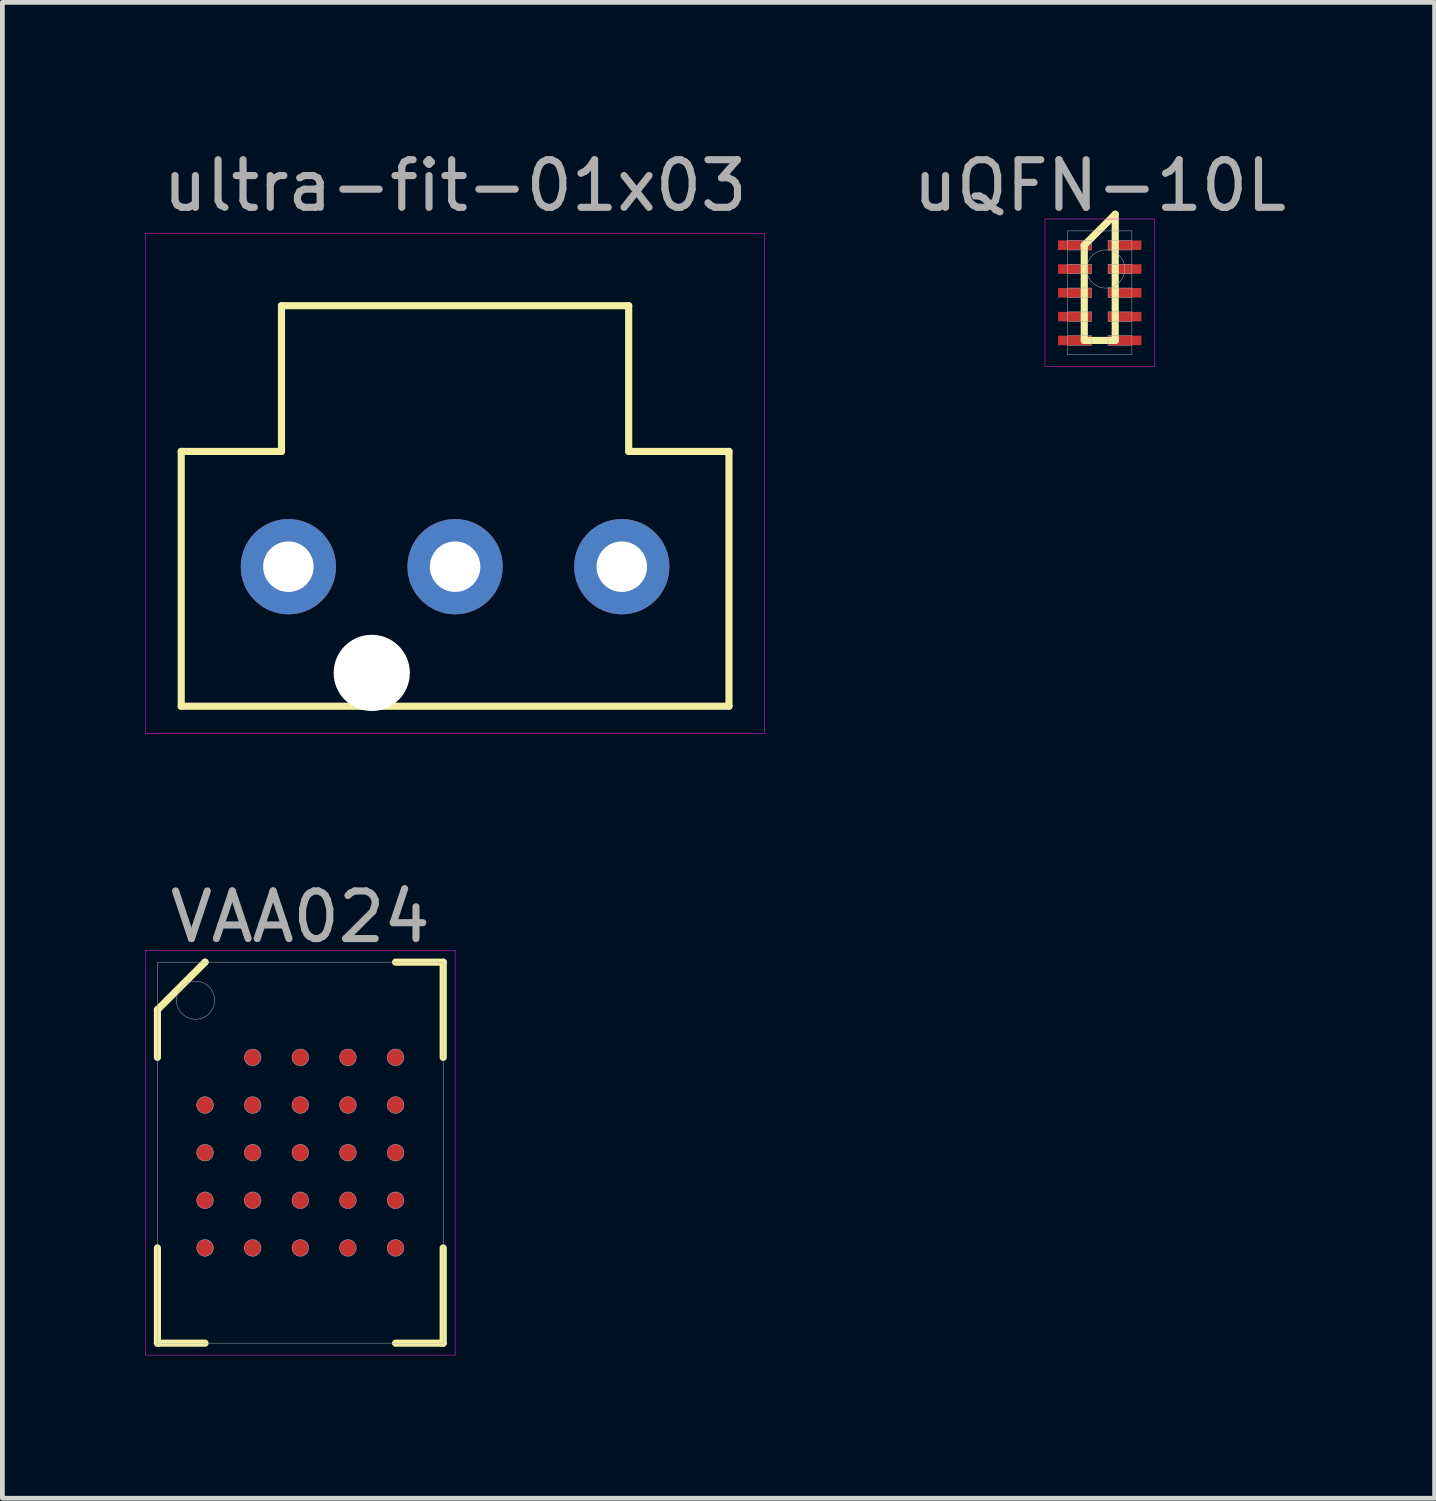
<source format=kicad_pcb>
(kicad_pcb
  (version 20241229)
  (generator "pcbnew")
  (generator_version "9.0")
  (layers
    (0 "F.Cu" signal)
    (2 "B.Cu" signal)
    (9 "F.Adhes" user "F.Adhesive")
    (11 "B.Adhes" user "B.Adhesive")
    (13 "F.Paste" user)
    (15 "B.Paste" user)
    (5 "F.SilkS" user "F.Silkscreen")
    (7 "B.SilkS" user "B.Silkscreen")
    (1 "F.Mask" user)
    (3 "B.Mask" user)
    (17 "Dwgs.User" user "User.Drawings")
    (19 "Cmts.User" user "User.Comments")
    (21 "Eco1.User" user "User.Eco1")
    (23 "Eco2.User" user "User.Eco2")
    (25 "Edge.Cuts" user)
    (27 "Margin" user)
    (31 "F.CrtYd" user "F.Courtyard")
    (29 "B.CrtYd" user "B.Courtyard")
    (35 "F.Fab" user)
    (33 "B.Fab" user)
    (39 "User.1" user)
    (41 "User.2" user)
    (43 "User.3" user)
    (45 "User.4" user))
  (footprint "uQFN-10L"
    (layer "F.Cu")
    (at 20.04 3.098)
    (property "Reference" "uQFN-10L" (at 0 -2.25 0) (layer "F.Fab") (effects (font (size 1 1) (thickness 0.15))))
    (attr through_hole)
    (fp_line (start -0.325 -1) (end -0.325 -1) (stroke (width 0.15) (type solid)) (layer "F.SilkS"))
    (fp_line (start -0.325 -1) (end -0.325 1) (stroke (width 0.15) (type solid)) (layer "F.SilkS"))
    (fp_line (start -0.325 1) (end 0.325 1) (stroke (width 0.15) (type solid)) (layer "F.SilkS"))
    (fp_line (start 0.325 -1.65) (end -0.325 -1) (stroke (width 0.15) (type solid)) (layer "F.SilkS"))
    (fp_line (start 0.325 1) (end 0.325 -1.65) (stroke (width 0.15) (type solid)) (layer "F.SilkS"))
    (fp_line (start -1.15 -1.55) (end 1.15 -1.55) (stroke (width 0.01) (type solid)) (layer "F.CrtYd"))
    (fp_line (start -1.15 1.55) (end -1.15 -1.55) (stroke (width 0.01) (type solid)) (layer "F.CrtYd"))
    (fp_line (start 1.15 -1.55) (end 1.15 1.55) (stroke (width 0.01) (type solid)) (layer "F.CrtYd"))
    (fp_line (start 1.15 1.55) (end -1.15 1.55) (stroke (width 0.01) (type solid)) (layer "F.CrtYd"))
    (fp_line (start -0.675 -1.3) (end 0.675 -1.3) (stroke (width 0.01) (type solid)) (layer "F.Fab"))
    (fp_line (start -0.675 -0.9) (end -0.175 -0.9) (stroke (width 0.01) (type solid)) (layer "F.Fab"))
    (fp_line (start -0.675 -0.4) (end -0.175 -0.4) (stroke (width 0.01) (type solid)) (layer "F.Fab"))
    (fp_line (start -0.675 0.1) (end -0.175 0.1) (stroke (width 0.01) (type solid)) (layer "F.Fab"))
    (fp_line (start -0.675 0.6) (end -0.175 0.6) (stroke (width 0.01) (type solid)) (layer "F.Fab"))
    (fp_line (start -0.675 1.1) (end -0.175 1.1) (stroke (width 0.01) (type solid)) (layer "F.Fab"))
    (fp_line (start -0.675 1.3) (end -0.675 -1.3) (stroke (width 0.01) (type solid)) (layer "F.Fab"))
    (fp_line (start -0.175 -1.1) (end -0.675 -1.1) (stroke (width 0.01) (type solid)) (layer "F.Fab"))
    (fp_line (start -0.175 -0.9) (end -0.175 -1.1) (stroke (width 0.01) (type solid)) (layer "F.Fab"))
    (fp_line (start -0.175 -0.6) (end -0.675 -0.6) (stroke (width 0.01) (type solid)) (layer "F.Fab"))
    (fp_line (start -0.175 -0.4) (end -0.175 -0.6) (stroke (width 0.01) (type solid)) (layer "F.Fab"))
    (fp_line (start -0.175 -0.1) (end -0.675 -0.1) (stroke (width 0.01) (type solid)) (layer "F.Fab"))
    (fp_line (start -0.175 0.1) (end -0.175 -0.1) (stroke (width 0.01) (type solid)) (layer "F.Fab"))
    (fp_line (start -0.175 0.4) (end -0.675 0.4) (stroke (width 0.01) (type solid)) (layer "F.Fab"))
    (fp_line (start -0.175 0.6) (end -0.175 0.4) (stroke (width 0.01) (type solid)) (layer "F.Fab"))
    (fp_line (start -0.175 0.9) (end -0.675 0.9) (stroke (width 0.01) (type solid)) (layer "F.Fab"))
    (fp_line (start -0.175 1.1) (end -0.175 0.9) (stroke (width 0.01) (type solid)) (layer "F.Fab"))
    (fp_line (start 0.175 -1.1) (end 0.175 -0.9) (stroke (width 0.01) (type solid)) (layer "F.Fab"))
    (fp_line (start 0.175 -0.9) (end 0.675 -0.9) (stroke (width 0.01) (type solid)) (layer "F.Fab"))
    (fp_line (start 0.175 -0.6) (end 0.175 -0.4) (stroke (width 0.01) (type solid)) (layer "F.Fab"))
    (fp_line (start 0.175 -0.4) (end 0.675 -0.4) (stroke (width 0.01) (type solid)) (layer "F.Fab"))
    (fp_line (start 0.175 -0.1) (end 0.175 0.1) (stroke (width 0.01) (type solid)) (layer "F.Fab"))
    (fp_line (start 0.175 0.1) (end 0.675 0.1) (stroke (width 0.01) (type solid)) (layer "F.Fab"))
    (fp_line (start 0.175 0.4) (end 0.175 0.6) (stroke (width 0.01) (type solid)) (layer "F.Fab"))
    (fp_line (start 0.175 0.6) (end 0.675 0.6) (stroke (width 0.01) (type solid)) (layer "F.Fab"))
    (fp_line (start 0.175 0.9) (end 0.175 1.1) (stroke (width 0.01) (type solid)) (layer "F.Fab"))
    (fp_line (start 0.175 1.1) (end 0.675 1.1) (stroke (width 0.01) (type solid)) (layer "F.Fab"))
    (fp_line (start 0.675 -1.3) (end 0.675 1.3) (stroke (width 0.01) (type solid)) (layer "F.Fab"))
    (fp_line (start 0.675 -1.1) (end 0.175 -1.1) (stroke (width 0.01) (type solid)) (layer "F.Fab"))
    (fp_line (start 0.675 -0.6) (end 0.175 -0.6) (stroke (width 0.01) (type solid)) (layer "F.Fab"))
    (fp_line (start 0.675 -0.1) (end 0.175 -0.1) (stroke (width 0.01) (type solid)) (layer "F.Fab"))
    (fp_line (start 0.675 0.4) (end 0.175 0.4) (stroke (width 0.01) (type solid)) (layer "F.Fab"))
    (fp_line (start 0.675 0.9) (end 0.175 0.9) (stroke (width 0.01) (type solid)) (layer "F.Fab"))
    (fp_line (start 0.675 1.3) (end -0.675 1.3) (stroke (width 0.01) (type solid)) (layer "F.Fab"))
    (fp_circle (center 0.125 -0.5) (end 0.125 -0.1) (stroke (width 0.01) (type solid)) (fill no) (layer "F.Fab"))
    (pad "1" smd rect (at -0.525 -1) (size 0.7 0.2) (layers "F.Cu" "F.Mask" "F.Paste"))
    (pad "2" smd rect (at -0.525 -0.5) (size 0.7 0.2) (layers "F.Cu" "F.Mask" "F.Paste"))
    (pad "3" smd rect (at -0.525 0) (size 0.7 0.2) (layers "F.Cu" "F.Mask" "F.Paste"))
    (pad "4" smd rect (at -0.525 0.5) (size 0.7 0.2) (layers "F.Cu" "F.Mask" "F.Paste"))
    (pad "5" smd rect (at -0.525 1) (size 0.7 0.2) (layers "F.Cu" "F.Mask" "F.Paste"))
    (pad "6" smd rect (at 0.525 1) (size 0.7 0.2) (layers "F.Cu" "F.Mask" "F.Paste"))
    (pad "7" smd rect (at 0.525 0.5) (size 0.7 0.2) (layers "F.Cu" "F.Mask" "F.Paste"))
    (pad "8" smd rect (at 0.525 0) (size 0.7 0.2) (layers "F.Cu" "F.Mask" "F.Paste"))
    (pad "9" smd rect (at 0.525 -0.5) (size 0.7 0.2) (layers "F.Cu" "F.Mask" "F.Paste"))
    (pad "10" smd rect (at 0.525 -1) (size 0.7 0.2) (layers "F.Cu" "F.Mask" "F.Paste")))
  (footprint "ultra-fit-01x03"
    (layer "F.Cu")
    (at 6.505 8.848)
    (property "Reference" "ultra-fit-01x03" (at 0 -8 0) (layer "F.Fab") (effects (font (size 1 1) (thickness 0.15))))
    (attr through_hole)
    (fp_line (start -5.75 -2.42) (end -5.75 2.93) (stroke (width 0.15) (type solid)) (layer "F.SilkS"))
    (fp_line (start -5.75 2.93) (end 5.75 2.93) (stroke (width 0.15) (type solid)) (layer "F.SilkS"))
    (fp_line (start -3.645 -5.48) (end -3.645 -2.42) (stroke (width 0.15) (type solid)) (layer "F.SilkS"))
    (fp_line (start -3.645 -2.42) (end -5.75 -2.42) (stroke (width 0.15) (type solid)) (layer "F.SilkS"))
    (fp_line (start 3.645 -5.48) (end -3.645 -5.48) (stroke (width 0.15) (type solid)) (layer "F.SilkS"))
    (fp_line (start 3.645 -2.42) (end 3.645 -5.48) (stroke (width 0.15) (type solid)) (layer "F.SilkS"))
    (fp_line (start 5.75 -2.42) (end 3.645 -2.42) (stroke (width 0.15) (type solid)) (layer "F.SilkS"))
    (fp_line (start 5.75 2.93) (end 5.75 -2.42) (stroke (width 0.15) (type solid)) (layer "F.SilkS"))
    (fp_line (start -6.5 -7) (end -6.5 3.5) (stroke (width 0.01) (type solid)) (layer "F.CrtYd"))
    (fp_line (start -6.5 3.5) (end 6.5 3.5) (stroke (width 0.01) (type solid)) (layer "F.CrtYd"))
    (fp_line (start 6.5 -7) (end -6.5 -7) (stroke (width 0.01) (type solid)) (layer "F.CrtYd"))
    (fp_line (start 6.5 3.5) (end 6.5 -7) (stroke (width 0.01) (type solid)) (layer "F.CrtYd"))
    (pad "" np_thru_hole circle (at -1.75 2.23) (size 1.6 1.6) (drill 1.6) (layers "*.Cu" "*.Mask"))
    (pad "1" thru_hole circle (at -3.5 0) (size 2 2) (drill 1.06) (layers "*.Cu" "*.Mask"))
    (pad "2" thru_hole circle (at 0 0) (size 2 2) (drill 1.06) (layers "*.Cu" "*.Mask"))
    (pad "3" thru_hole circle (at 3.5 0) (size 2 2) (drill 1.06) (layers "*.Cu" "*.Mask")))
  (footprint "VAA024"
    (layer "F.Cu")
    (at 3.255 21.151)
    (property "Reference" "VAA024" (at 0 -4.95 0) (layer "F.Fab") (effects (font (size 1 1) (thickness 0.15))))
    (attr through_hole)
    (fp_line (start -3 -3) (end -2 -4) (stroke (width 0.15) (type solid)) (layer "F.SilkS"))
    (fp_line (start -3 -2) (end -3 -3) (stroke (width 0.15) (type solid)) (layer "F.SilkS"))
    (fp_line (start -3 4) (end -3 2) (stroke (width 0.15) (type solid)) (layer "F.SilkS"))
    (fp_line (start -2 -4) (end -2 -4) (stroke (width 0.15) (type solid)) (layer "F.SilkS"))
    (fp_line (start -2 4) (end -3 4) (stroke (width 0.15) (type solid)) (layer "F.SilkS"))
    (fp_line (start 2 -4) (end 3 -4) (stroke (width 0.15) (type solid)) (layer "F.SilkS"))
    (fp_line (start 2 4) (end 3 4) (stroke (width 0.15) (type solid)) (layer "F.SilkS"))
    (fp_line (start 3 -4) (end 3 -2) (stroke (width 0.15) (type solid)) (layer "F.SilkS"))
    (fp_line (start 3 4) (end 3 2) (stroke (width 0.15) (type solid)) (layer "F.SilkS"))
    (fp_line (start -3.25 -4.25) (end 3.25 -4.25) (stroke (width 0.01) (type solid)) (layer "F.CrtYd"))
    (fp_line (start -3.25 4.25) (end -3.25 -4.25) (stroke (width 0.01) (type solid)) (layer "F.CrtYd"))
    (fp_line (start 3.25 -4.25) (end 3.25 4.25) (stroke (width 0.01) (type solid)) (layer "F.CrtYd"))
    (fp_line (start 3.25 4.25) (end -3.25 4.25) (stroke (width 0.01) (type solid)) (layer "F.CrtYd"))
    (fp_line (start -3 -4) (end 3 -4) (stroke (width 0.01) (type solid)) (layer "F.Fab"))
    (fp_line (start -3 4) (end -3 -4) (stroke (width 0.01) (type solid)) (layer "F.Fab"))
    (fp_line (start 3 -4) (end 3 4) (stroke (width 0.01) (type solid)) (layer "F.Fab"))
    (fp_line (start 3 4) (end -3 4) (stroke (width 0.01) (type solid)) (layer "F.Fab"))
    (fp_circle (center -2.2 -3.2) (end -2.2 -2.8) (stroke (width 0.01) (type solid)) (fill no) (layer "F.Fab"))
    (fp_circle (center -2 -1) (end -2 -0.825) (stroke (width 0.01) (type solid)) (fill no) (layer "F.Fab"))
    (fp_circle (center -2 0) (end -2 0.175) (stroke (width 0.01) (type solid)) (fill no) (layer "F.Fab"))
    (fp_circle (center -2 1) (end -2 1.175) (stroke (width 0.01) (type solid)) (fill no) (layer "F.Fab"))
    (fp_circle (center -2 2) (end -2 2.175) (stroke (width 0.01) (type solid)) (fill no) (layer "F.Fab"))
    (fp_circle (center -1 -2) (end -1 -1.825) (stroke (width 0.01) (type solid)) (fill no) (layer "F.Fab"))
    (fp_circle (center -1 -1) (end -1 -0.825) (stroke (width 0.01) (type solid)) (fill no) (layer "F.Fab"))
    (fp_circle (center -1 0) (end -1 0.175) (stroke (width 0.01) (type solid)) (fill no) (layer "F.Fab"))
    (fp_circle (center -1 1) (end -1 1.175) (stroke (width 0.01) (type solid)) (fill no) (layer "F.Fab"))
    (fp_circle (center -1 2) (end -1 2.175) (stroke (width 0.01) (type solid)) (fill no) (layer "F.Fab"))
    (fp_circle (center 0 -2) (end 0 -1.825) (stroke (width 0.01) (type solid)) (fill no) (layer "F.Fab"))
    (fp_circle (center 0 -1) (end 0 -0.825) (stroke (width 0.01) (type solid)) (fill no) (layer "F.Fab"))
    (fp_circle (center 0 0) (end 0 0.175) (stroke (width 0.01) (type solid)) (fill no) (layer "F.Fab"))
    (fp_circle (center 0 1) (end 0 1.175) (stroke (width 0.01) (type solid)) (fill no) (layer "F.Fab"))
    (fp_circle (center 0 2) (end 0 2.175) (stroke (width 0.01) (type solid)) (fill no) (layer "F.Fab"))
    (fp_circle (center 1 -2) (end 1 -1.825) (stroke (width 0.01) (type solid)) (fill no) (layer "F.Fab"))
    (fp_circle (center 1 -1) (end 1 -0.825) (stroke (width 0.01) (type solid)) (fill no) (layer "F.Fab"))
    (fp_circle (center 1 0) (end 1 0.175) (stroke (width 0.01) (type solid)) (fill no) (layer "F.Fab"))
    (fp_circle (center 1 1) (end 1 1.175) (stroke (width 0.01) (type solid)) (fill no) (layer "F.Fab"))
    (fp_circle (center 1 2) (end 1 2.175) (stroke (width 0.01) (type solid)) (fill no) (layer "F.Fab"))
    (fp_circle (center 2 -2) (end 2 -1.825) (stroke (width 0.01) (type solid)) (fill no) (layer "F.Fab"))
    (fp_circle (center 2 -1) (end 2 -0.825) (stroke (width 0.01) (type solid)) (fill no) (layer "F.Fab"))
    (fp_circle (center 2 0) (end 2 0.175) (stroke (width 0.01) (type solid)) (fill no) (layer "F.Fab"))
    (fp_circle (center 2 1) (end 2 1.175) (stroke (width 0.01) (type solid)) (fill no) (layer "F.Fab"))
    (fp_circle (center 2 2) (end 2 2.175) (stroke (width 0.01) (type solid)) (fill no) (layer "F.Fab"))
    (pad "A2" smd circle (at -1 -2) (size 0.35 0.35) (layers "F.Cu" "F.Mask" "F.Paste"))
    (pad "A3" smd circle (at 0 -2) (size 0.35 0.35) (layers "F.Cu" "F.Mask" "F.Paste"))
    (pad "A4" smd circle (at 1 -2) (size 0.35 0.35) (layers "F.Cu" "F.Mask" "F.Paste"))
    (pad "A5" smd circle (at 2 -2) (size 0.35 0.35) (layers "F.Cu" "F.Mask" "F.Paste"))
    (pad "B1" smd circle (at -2 -1) (size 0.35 0.35) (layers "F.Cu" "F.Mask" "F.Paste"))
    (pad "B2" smd circle (at -1 -1) (size 0.35 0.35) (layers "F.Cu" "F.Mask" "F.Paste"))
    (pad "B3" smd circle (at 0 -1) (size 0.35 0.35) (layers "F.Cu" "F.Mask" "F.Paste"))
    (pad "B4" smd circle (at 1 -1) (size 0.35 0.35) (layers "F.Cu" "F.Mask" "F.Paste"))
    (pad "B5" smd circle (at 2 -1) (size 0.35 0.35) (layers "F.Cu" "F.Mask" "F.Paste"))
    (pad "C1" smd circle (at -2 0) (size 0.35 0.35) (layers "F.Cu" "F.Mask" "F.Paste"))
    (pad "C2" smd circle (at -1 0) (size 0.35 0.35) (layers "F.Cu" "F.Mask" "F.Paste"))
    (pad "C3" smd circle (at 0 0) (size 0.35 0.35) (layers "F.Cu" "F.Mask" "F.Paste"))
    (pad "C4" smd circle (at 1 0) (size 0.35 0.35) (layers "F.Cu" "F.Mask" "F.Paste"))
    (pad "C5" smd circle (at 2 0) (size 0.35 0.35) (layers "F.Cu" "F.Mask" "F.Paste"))
    (pad "D1" smd circle (at -2 1) (size 0.35 0.35) (layers "F.Cu" "F.Mask" "F.Paste"))
    (pad "D2" smd circle (at -1 1) (size 0.35 0.35) (layers "F.Cu" "F.Mask" "F.Paste"))
    (pad "D3" smd circle (at 0 1) (size 0.35 0.35) (layers "F.Cu" "F.Mask" "F.Paste"))
    (pad "D4" smd circle (at 1 1) (size 0.35 0.35) (layers "F.Cu" "F.Mask" "F.Paste"))
    (pad "D5" smd circle (at 2 1) (size 0.35 0.35) (layers "F.Cu" "F.Mask" "F.Paste"))
    (pad "E1" smd circle (at -2 2) (size 0.35 0.35) (layers "F.Cu" "F.Mask" "F.Paste"))
    (pad "E2" smd circle (at -1 2) (size 0.35 0.35) (layers "F.Cu" "F.Mask" "F.Paste"))
    (pad "E3" smd circle (at 0 2) (size 0.35 0.35) (layers "F.Cu" "F.Mask" "F.Paste"))
    (pad "E4" smd circle (at 1 2) (size 0.35 0.35) (layers "F.Cu" "F.Mask" "F.Paste"))
    (pad "E5" smd circle (at 2 2) (size 0.35 0.35) (layers "F.Cu" "F.Mask" "F.Paste")))
  (gr_rect
    (start -3 -3)
    (end 27.07 28.407)
    (stroke (width 0.1) (type default))
    (fill no)
    (layer "Edge.Cuts")))
</source>
